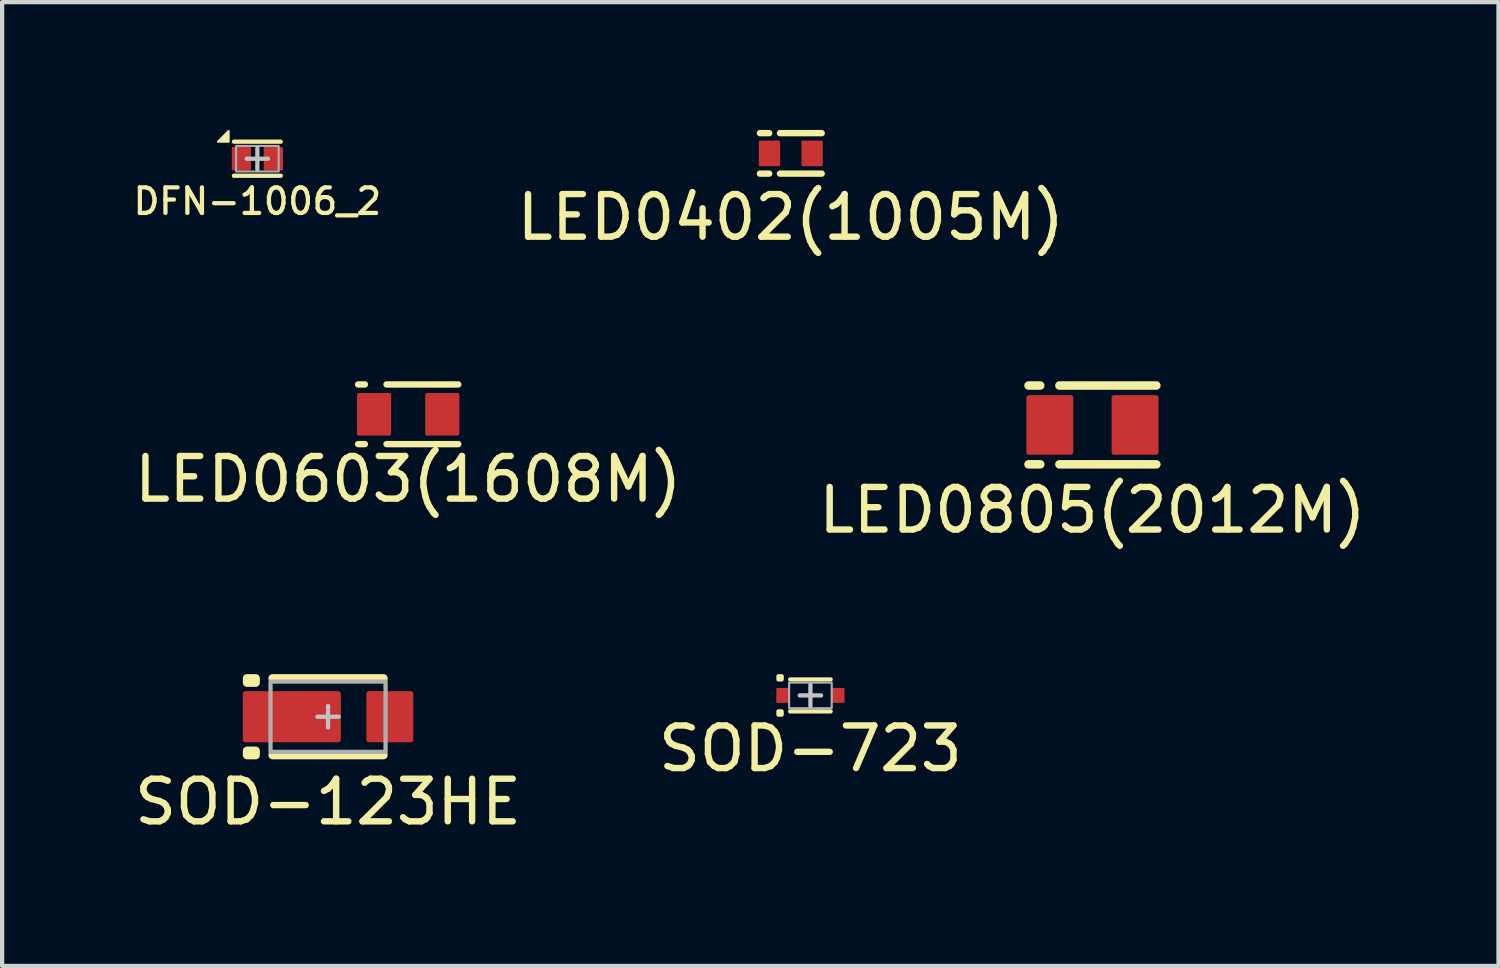
<source format=kicad_pcb>
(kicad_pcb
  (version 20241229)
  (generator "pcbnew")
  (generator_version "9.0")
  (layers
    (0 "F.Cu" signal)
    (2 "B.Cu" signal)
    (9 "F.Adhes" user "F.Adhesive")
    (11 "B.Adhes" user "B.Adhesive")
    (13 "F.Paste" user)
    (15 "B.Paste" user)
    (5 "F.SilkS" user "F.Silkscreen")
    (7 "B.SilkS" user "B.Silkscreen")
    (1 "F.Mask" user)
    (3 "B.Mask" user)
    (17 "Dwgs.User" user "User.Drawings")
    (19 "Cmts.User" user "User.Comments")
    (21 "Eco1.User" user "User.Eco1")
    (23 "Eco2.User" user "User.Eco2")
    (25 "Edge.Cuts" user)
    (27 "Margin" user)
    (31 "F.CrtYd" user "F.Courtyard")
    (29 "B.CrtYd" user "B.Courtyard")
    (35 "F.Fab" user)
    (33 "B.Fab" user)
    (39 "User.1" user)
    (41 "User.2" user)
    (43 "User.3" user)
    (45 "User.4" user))
  (footprint "SOD-723"
    (layer "F.Cu")
    (at 15.97 13.271)
    (property "Reference" "SOD-723" (at 0 1.25 0) (unlocked yes) (layer "F.SilkS") (effects (font (size 1 1) (thickness 0.15))))
    (attr smd)
    (fp_line (start -0.475 -0.375) (end 0.475 -0.375) (stroke (width 0.1) (type solid)) (layer "F.SilkS"))
    (fp_line (start -0.475 0.375) (end 0.475 0.375) (stroke (width 0.1) (type solid)) (layer "F.SilkS"))
    (fp_rect (start -0.75 -0.375) (end -0.675 -0.45) (stroke (width 0.1) (type solid)) (fill no) (layer "F.SilkS"))
    (fp_rect (start -0.75 0.375) (end -0.675 0.45) (stroke (width 0.1) (type solid)) (fill no) (layer "F.SilkS"))
    (fp_line (start -0.25 0) (end 0.25 0) (stroke (width 0.1) (type solid)) (layer "Dwgs.User"))
    (fp_line (start 0 -0.25) (end 0 0.25) (stroke (width 0.1) (type solid)) (layer "Dwgs.User"))
    (fp_rect (start -0.5 -0.3) (end 0.5 0.3) (stroke (width 0.05) (type solid)) (fill no) (layer "F.Fab"))
    (pad "1" smd roundrect (at -0.65 0 90) (size 0.35 0.3) (layers "F.Cu" "F.Mask" "F.Paste") (roundrect_rratio 0.05))
    (pad "2" smd roundrect (at 0.65 0 90) (size 0.35 0.3) (layers "F.Cu" "F.Mask" "F.Paste") (roundrect_rratio 0.05)))
  (footprint "LED0603(1608M)"
    (layer "F.Cu")
    (at 6.53 6.673)
    (property "Reference" "LED0603(1608M)" (at 0 1.524 0) (unlocked yes) (layer "F.SilkS") (effects (font (size 1 1) (thickness 0.15))))
    (attr smd)
    (fp_line (start -1.175 -0.7) (end -1.016 -0.7) (stroke (width 0.15) (type solid)) (layer "F.SilkS"))
    (fp_line (start -1.175 0.7) (end -1.016 0.7) (stroke (width 0.15) (type solid)) (layer "F.SilkS"))
    (fp_line (start -0.508 -0.7) (end 1.175 -0.7) (stroke (width 0.15) (type solid)) (layer "F.SilkS"))
    (fp_line (start -0.508 0.7) (end 1.175 0.7) (stroke (width 0.15) (type solid)) (layer "F.SilkS"))
    (pad "1" smd roundrect (at -0.8 0 90) (size 1 0.8) (layers "F.Cu" "F.Mask" "F.Paste") (roundrect_rratio 0.05))
    (pad "2" smd roundrect (at 0.8 0 90) (size 1 0.8) (layers "F.Cu" "F.Mask" "F.Paste") (roundrect_rratio 0.05)))
  (footprint "DFN-1006_2"
    (layer "F.Cu")
    (at 2.99 0.675)
    (property "Reference" "DFN-1006_2" (at 0 1 0) (unlocked yes) (layer "F.SilkS") (effects (font (size 0.6 0.6) (thickness 0.1))))
    (attr smd)
    (fp_line (start -0.55 -0.4) (end 0.55 -0.4) (stroke (width 0.1) (type solid)) (layer "F.SilkS"))
    (fp_line (start -0.55 0.4) (end 0.55 0.4) (stroke (width 0.1) (type solid)) (layer "F.SilkS"))
    (fp_poly (pts (xy -0.675 -0.65) (xy -0.675 -0.4) (xy -0.925 -0.4)) (stroke (width 0.05) (type solid)) (fill yes) (layer "F.SilkS"))
    (fp_line (start -0.25 0) (end 0.25 0) (stroke (width 0.1) (type solid)) (layer "Dwgs.User"))
    (fp_line (start 0 -0.25) (end 0 0.25) (stroke (width 0.1) (type solid)) (layer "Dwgs.User"))
    (fp_rect (start -0.5 -0.3) (end 0.5 0.3) (stroke (width 0.05) (type solid)) (fill no) (layer "F.Fab"))
    (pad "1" smd roundrect (at -0.375 0 90) (size 0.55 0.45) (layers "F.Cu" "F.Mask" "F.Paste") (roundrect_rratio 0.05))
    (pad "2" smd roundrect (at 0.375 0 90) (size 0.55 0.45) (layers "F.Cu" "F.Mask" "F.Paste") (roundrect_rratio 0.05)))
  (footprint "SOD-123HE"
    (layer "F.Cu")
    (at 4.649 13.771)
    (property "Reference" "SOD-123HE" (at 0 2 0) (unlocked yes) (layer "F.SilkS") (effects (font (size 1 1) (thickness 0.15))))
    (attr smd)
    (fp_line (start -1.3 -0.9) (end 1.3 -0.9) (stroke (width 0.2) (type solid)) (layer "F.SilkS"))
    (fp_line (start -1.3 0.9) (end 1.3 0.9) (stroke (width 0.2) (type solid)) (layer "F.SilkS"))
    (fp_rect (start -1.9 -0.8) (end -1.7 -0.9) (stroke (width 0.2) (type solid)) (fill no) (layer "F.SilkS"))
    (fp_rect (start -1.9 0.9) (end -1.7 0.8) (stroke (width 0.2) (type solid)) (fill no) (layer "F.SilkS"))
    (fp_line (start -0.25 0) (end 0.25 0) (stroke (width 0.1) (type solid)) (layer "Dwgs.User"))
    (fp_line (start 0 -0.25) (end 0 0.25) (stroke (width 0.1) (type solid)) (layer "Dwgs.User"))
    (fp_rect (start -1.35 -0.825) (end 1.35 0.825) (stroke (width 0.1) (type solid)) (fill no) (layer "F.Fab"))
    (pad "1" smd roundrect (at -0.85 0) (size 2.3 1.2) (layers "F.Cu" "F.Mask" "F.Paste") (roundrect_rratio 0.05))
    (pad "2" smd roundrect (at 1.45 0 90) (size 1.2 1.1) (layers "F.Cu" "F.Mask" "F.Paste") (roundrect_rratio 0.05)))
  (footprint "LED0402(1005M)"
    (layer "F.Cu")
    (at 15.51 0.55)
    (property "Reference" "LED0402(1005M)" (at 0 1.5 0) (layer "F.SilkS") (effects (font (size 1 1) (thickness 0.15))))
    (attr smd)
    (fp_line (start -0.725 -0.475) (end -0.508 -0.475) (stroke (width 0.15) (type solid)) (layer "F.SilkS"))
    (fp_line (start -0.725 0.475) (end -0.508 0.475) (stroke (width 0.15) (type solid)) (layer "F.SilkS"))
    (fp_line (start -0.254 -0.475) (end 0.725 -0.475) (stroke (width 0.15) (type solid)) (layer "F.SilkS"))
    (fp_line (start -0.254 0.475) (end 0.725 0.475) (stroke (width 0.15) (type solid)) (layer "F.SilkS"))
    (pad "1" smd roundrect (at -0.5 0 90) (size 0.6 0.5) (layers "F.Cu" "F.Mask" "F.Paste") (roundrect_rratio 0.05))
    (pad "2" smd roundrect (at 0.5 0 90) (size 0.6 0.5) (layers "F.Cu" "F.Mask" "F.Paste") (roundrect_rratio 0.05)))
  (footprint "LED0805(2012M)"
    (layer "F.Cu")
    (at 22.589 6.923)
    (property "Reference" "LED0805(2012M)" (at 0 2 0) (layer "F.SilkS") (effects (font (size 1 1) (thickness 0.15))))
    (attr smd)
    (fp_line (start -1.5 0.925) (end -1.225 0.925) (stroke (width 0.2) (type solid)) (layer "F.SilkS"))
    (fp_line (start -1.225 -0.925) (end -1.5 -0.925) (stroke (width 0.2) (type solid)) (layer "F.SilkS"))
    (fp_line (start -0.775 -0.925) (end 1.5 -0.925) (stroke (width 0.2) (type solid)) (layer "F.SilkS"))
    (fp_line (start -0.775 0.925) (end 1.5 0.925) (stroke (width 0.2) (type solid)) (layer "F.SilkS"))
    (pad "1" smd roundrect (at -1 0 90) (size 1.4 1.1) (layers "F.Cu" "F.Mask" "F.Paste") (roundrect_rratio 0.05))
    (pad "2" smd roundrect (at 1 0 90) (size 1.4 1.1) (layers "F.Cu" "F.Mask" "F.Paste") (roundrect_rratio 0.05)))
  (gr_rect
    (start -3 -3)
    (end 32.119 19.62)
    (stroke (width 0.1) (type default))
    (fill no)
    (layer "Edge.Cuts")))
</source>
